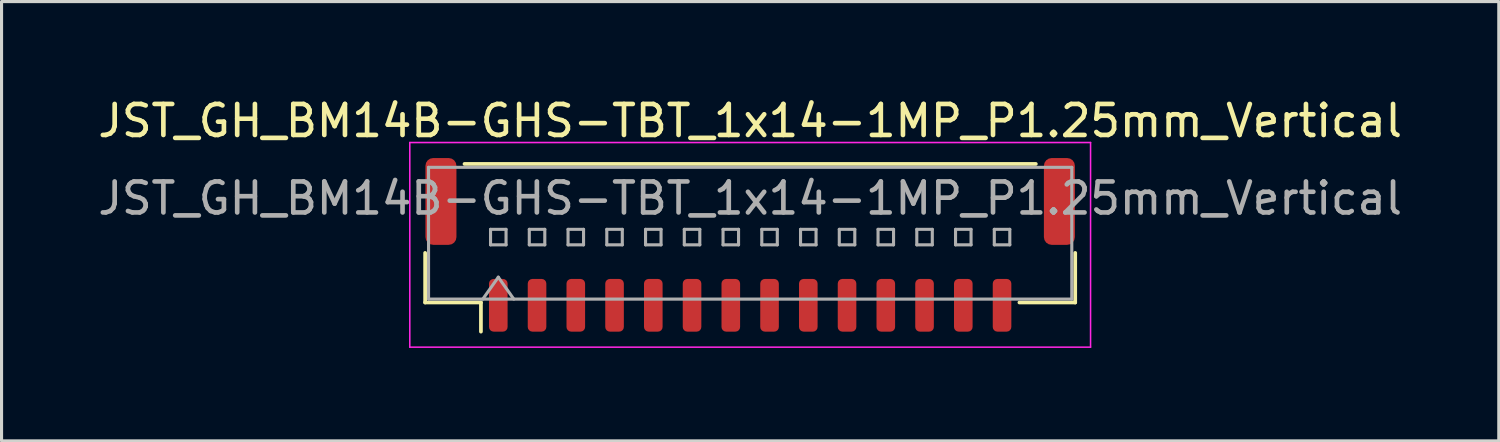
<source format=kicad_pcb>
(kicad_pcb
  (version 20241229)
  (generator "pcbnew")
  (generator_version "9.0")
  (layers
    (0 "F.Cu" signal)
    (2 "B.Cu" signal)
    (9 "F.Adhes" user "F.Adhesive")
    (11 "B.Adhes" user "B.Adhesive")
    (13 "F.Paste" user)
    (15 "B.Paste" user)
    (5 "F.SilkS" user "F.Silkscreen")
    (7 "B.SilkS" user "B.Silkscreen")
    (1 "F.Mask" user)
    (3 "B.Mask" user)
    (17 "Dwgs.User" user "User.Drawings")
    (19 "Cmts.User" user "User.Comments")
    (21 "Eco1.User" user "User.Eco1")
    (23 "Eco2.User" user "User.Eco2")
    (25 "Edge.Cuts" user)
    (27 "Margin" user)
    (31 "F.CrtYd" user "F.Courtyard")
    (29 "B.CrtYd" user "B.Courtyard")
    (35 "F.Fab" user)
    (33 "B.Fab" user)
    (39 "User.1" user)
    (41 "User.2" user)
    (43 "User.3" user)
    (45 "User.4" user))
  (footprint "JST_GH_BM14B-GHS-TBT_1x14-1MP_P1.25mm_Vertical"
    (layer "F.Cu")
    (at 21.149 4.848)
    (property "Reference" "JST_GH_BM14B-GHS-TBT_1x14-1MP_P1.25mm_Vertical" (at 0 -4 0) (layer "F.SilkS") (effects (font (size 1 1) (thickness 0.15))))
    (attr smd)
    (fp_line (start -10.485 0.26) (end -10.485 1.86) (stroke (width 0.12) (type solid)) (layer "F.SilkS"))
    (fp_line (start -10.485 1.86) (end -8.685 1.86) (stroke (width 0.12) (type solid)) (layer "F.SilkS"))
    (fp_line (start -9.215 -2.61) (end 9.215 -2.61) (stroke (width 0.12) (type solid)) (layer "F.SilkS"))
    (fp_line (start -8.685 1.86) (end -8.685 2.8) (stroke (width 0.12) (type solid)) (layer "F.SilkS"))
    (fp_line (start 10.485 0.26) (end 10.485 1.86) (stroke (width 0.12) (type solid)) (layer "F.SilkS"))
    (fp_line (start 10.485 1.86) (end 8.685 1.86) (stroke (width 0.12) (type solid)) (layer "F.SilkS"))
    (fp_line (start -10.98 -3.3) (end -10.98 3.3) (stroke (width 0.05) (type solid)) (layer "F.CrtYd"))
    (fp_line (start -10.98 3.3) (end 10.98 3.3) (stroke (width 0.05) (type solid)) (layer "F.CrtYd"))
    (fp_line (start 10.98 -3.3) (end -10.98 -3.3) (stroke (width 0.05) (type solid)) (layer "F.CrtYd"))
    (fp_line (start 10.98 3.3) (end 10.98 -3.3) (stroke (width 0.05) (type solid)) (layer "F.CrtYd"))
    (fp_line (start -10.375 -2.5) (end 10.375 -2.5) (stroke (width 0.1) (type solid)) (layer "F.Fab"))
    (fp_line (start -10.375 1.75) (end -10.375 -2.5) (stroke (width 0.1) (type solid)) (layer "F.Fab"))
    (fp_line (start -10.375 1.75) (end 10.375 1.75) (stroke (width 0.1) (type solid)) (layer "F.Fab"))
    (fp_line (start -8.625 1.75) (end -8.125 1.043) (stroke (width 0.1) (type solid)) (layer "F.Fab"))
    (fp_line (start -8.375 -0.5) (end -8.375 0) (stroke (width 0.1) (type solid)) (layer "F.Fab"))
    (fp_line (start -8.375 0) (end -7.875 0) (stroke (width 0.1) (type solid)) (layer "F.Fab"))
    (fp_line (start -8.125 1.043) (end -7.625 1.75) (stroke (width 0.1) (type solid)) (layer "F.Fab"))
    (fp_line (start -7.875 -0.5) (end -8.375 -0.5) (stroke (width 0.1) (type solid)) (layer "F.Fab"))
    (fp_line (start -7.875 0) (end -7.875 -0.5) (stroke (width 0.1) (type solid)) (layer "F.Fab"))
    (fp_line (start -7.125 -0.5) (end -7.125 0) (stroke (width 0.1) (type solid)) (layer "F.Fab"))
    (fp_line (start -7.125 0) (end -6.625 0) (stroke (width 0.1) (type solid)) (layer "F.Fab"))
    (fp_line (start -6.625 -0.5) (end -7.125 -0.5) (stroke (width 0.1) (type solid)) (layer "F.Fab"))
    (fp_line (start -6.625 0) (end -6.625 -0.5) (stroke (width 0.1) (type solid)) (layer "F.Fab"))
    (fp_line (start -5.875 -0.5) (end -5.875 0) (stroke (width 0.1) (type solid)) (layer "F.Fab"))
    (fp_line (start -5.875 0) (end -5.375 0) (stroke (width 0.1) (type solid)) (layer "F.Fab"))
    (fp_line (start -5.375 -0.5) (end -5.875 -0.5) (stroke (width 0.1) (type solid)) (layer "F.Fab"))
    (fp_line (start -5.375 0) (end -5.375 -0.5) (stroke (width 0.1) (type solid)) (layer "F.Fab"))
    (fp_line (start -4.625 -0.5) (end -4.625 0) (stroke (width 0.1) (type solid)) (layer "F.Fab"))
    (fp_line (start -4.625 0) (end -4.125 0) (stroke (width 0.1) (type solid)) (layer "F.Fab"))
    (fp_line (start -4.125 -0.5) (end -4.625 -0.5) (stroke (width 0.1) (type solid)) (layer "F.Fab"))
    (fp_line (start -4.125 0) (end -4.125 -0.5) (stroke (width 0.1) (type solid)) (layer "F.Fab"))
    (fp_line (start -3.375 -0.5) (end -3.375 0) (stroke (width 0.1) (type solid)) (layer "F.Fab"))
    (fp_line (start -3.375 0) (end -2.875 0) (stroke (width 0.1) (type solid)) (layer "F.Fab"))
    (fp_line (start -2.875 -0.5) (end -3.375 -0.5) (stroke (width 0.1) (type solid)) (layer "F.Fab"))
    (fp_line (start -2.875 0) (end -2.875 -0.5) (stroke (width 0.1) (type solid)) (layer "F.Fab"))
    (fp_line (start -2.125 -0.5) (end -2.125 0) (stroke (width 0.1) (type solid)) (layer "F.Fab"))
    (fp_line (start -2.125 0) (end -1.625 0) (stroke (width 0.1) (type solid)) (layer "F.Fab"))
    (fp_line (start -1.625 -0.5) (end -2.125 -0.5) (stroke (width 0.1) (type solid)) (layer "F.Fab"))
    (fp_line (start -1.625 0) (end -1.625 -0.5) (stroke (width 0.1) (type solid)) (layer "F.Fab"))
    (fp_line (start -0.875 -0.5) (end -0.875 0) (stroke (width 0.1) (type solid)) (layer "F.Fab"))
    (fp_line (start -0.875 0) (end -0.375 0) (stroke (width 0.1) (type solid)) (layer "F.Fab"))
    (fp_line (start -0.375 -0.5) (end -0.875 -0.5) (stroke (width 0.1) (type solid)) (layer "F.Fab"))
    (fp_line (start -0.375 0) (end -0.375 -0.5) (stroke (width 0.1) (type solid)) (layer "F.Fab"))
    (fp_line (start 0.375 -0.5) (end 0.375 0) (stroke (width 0.1) (type solid)) (layer "F.Fab"))
    (fp_line (start 0.375 0) (end 0.875 0) (stroke (width 0.1) (type solid)) (layer "F.Fab"))
    (fp_line (start 0.875 -0.5) (end 0.375 -0.5) (stroke (width 0.1) (type solid)) (layer "F.Fab"))
    (fp_line (start 0.875 0) (end 0.875 -0.5) (stroke (width 0.1) (type solid)) (layer "F.Fab"))
    (fp_line (start 1.625 -0.5) (end 1.625 0) (stroke (width 0.1) (type solid)) (layer "F.Fab"))
    (fp_line (start 1.625 0) (end 2.125 0) (stroke (width 0.1) (type solid)) (layer "F.Fab"))
    (fp_line (start 2.125 -0.5) (end 1.625 -0.5) (stroke (width 0.1) (type solid)) (layer "F.Fab"))
    (fp_line (start 2.125 0) (end 2.125 -0.5) (stroke (width 0.1) (type solid)) (layer "F.Fab"))
    (fp_line (start 2.875 -0.5) (end 2.875 0) (stroke (width 0.1) (type solid)) (layer "F.Fab"))
    (fp_line (start 2.875 0) (end 3.375 0) (stroke (width 0.1) (type solid)) (layer "F.Fab"))
    (fp_line (start 3.375 -0.5) (end 2.875 -0.5) (stroke (width 0.1) (type solid)) (layer "F.Fab"))
    (fp_line (start 3.375 0) (end 3.375 -0.5) (stroke (width 0.1) (type solid)) (layer "F.Fab"))
    (fp_line (start 4.125 -0.5) (end 4.125 0) (stroke (width 0.1) (type solid)) (layer "F.Fab"))
    (fp_line (start 4.125 0) (end 4.625 0) (stroke (width 0.1) (type solid)) (layer "F.Fab"))
    (fp_line (start 4.625 -0.5) (end 4.125 -0.5) (stroke (width 0.1) (type solid)) (layer "F.Fab"))
    (fp_line (start 4.625 0) (end 4.625 -0.5) (stroke (width 0.1) (type solid)) (layer "F.Fab"))
    (fp_line (start 5.375 -0.5) (end 5.375 0) (stroke (width 0.1) (type solid)) (layer "F.Fab"))
    (fp_line (start 5.375 0) (end 5.875 0) (stroke (width 0.1) (type solid)) (layer "F.Fab"))
    (fp_line (start 5.875 -0.5) (end 5.375 -0.5) (stroke (width 0.1) (type solid)) (layer "F.Fab"))
    (fp_line (start 5.875 0) (end 5.875 -0.5) (stroke (width 0.1) (type solid)) (layer "F.Fab"))
    (fp_line (start 6.625 -0.5) (end 6.625 0) (stroke (width 0.1) (type solid)) (layer "F.Fab"))
    (fp_line (start 6.625 0) (end 7.125 0) (stroke (width 0.1) (type solid)) (layer "F.Fab"))
    (fp_line (start 7.125 -0.5) (end 6.625 -0.5) (stroke (width 0.1) (type solid)) (layer "F.Fab"))
    (fp_line (start 7.125 0) (end 7.125 -0.5) (stroke (width 0.1) (type solid)) (layer "F.Fab"))
    (fp_line (start 7.875 -0.5) (end 7.875 0) (stroke (width 0.1) (type solid)) (layer "F.Fab"))
    (fp_line (start 7.875 0) (end 8.375 0) (stroke (width 0.1) (type solid)) (layer "F.Fab"))
    (fp_line (start 8.375 -0.5) (end 7.875 -0.5) (stroke (width 0.1) (type solid)) (layer "F.Fab"))
    (fp_line (start 8.375 0) (end 8.375 -0.5) (stroke (width 0.1) (type solid)) (layer "F.Fab"))
    (fp_line (start 10.375 1.75) (end 10.375 -2.5) (stroke (width 0.1) (type solid)) (layer "F.Fab"))
    (fp_text user "${REFERENCE}" (at 0 -1.5 0) (layer "F.Fab") (effects (font (size 1 1) (thickness 0.15))))
    (pad "1" smd roundrect (at -8.125 1.95) (size 0.6 1.7) (layers "F.Cu" "F.Mask" "F.Paste") (roundrect_rratio 0.25))
    (pad "2" smd roundrect (at -6.875 1.95) (size 0.6 1.7) (layers "F.Cu" "F.Mask" "F.Paste") (roundrect_rratio 0.25))
    (pad "3" smd roundrect (at -5.625 1.95) (size 0.6 1.7) (layers "F.Cu" "F.Mask" "F.Paste") (roundrect_rratio 0.25))
    (pad "4" smd roundrect (at -4.375 1.95) (size 0.6 1.7) (layers "F.Cu" "F.Mask" "F.Paste") (roundrect_rratio 0.25))
    (pad "5" smd roundrect (at -3.125 1.95) (size 0.6 1.7) (layers "F.Cu" "F.Mask" "F.Paste") (roundrect_rratio 0.25))
    (pad "6" smd roundrect (at -1.875 1.95) (size 0.6 1.7) (layers "F.Cu" "F.Mask" "F.Paste") (roundrect_rratio 0.25))
    (pad "7" smd roundrect (at -0.625 1.95) (size 0.6 1.7) (layers "F.Cu" "F.Mask" "F.Paste") (roundrect_rratio 0.25))
    (pad "8" smd roundrect (at 0.625 1.95) (size 0.6 1.7) (layers "F.Cu" "F.Mask" "F.Paste") (roundrect_rratio 0.25))
    (pad "9" smd roundrect (at 1.875 1.95) (size 0.6 1.7) (layers "F.Cu" "F.Mask" "F.Paste") (roundrect_rratio 0.25))
    (pad "10" smd roundrect (at 3.125 1.95) (size 0.6 1.7) (layers "F.Cu" "F.Mask" "F.Paste") (roundrect_rratio 0.25))
    (pad "11" smd roundrect (at 4.375 1.95) (size 0.6 1.7) (layers "F.Cu" "F.Mask" "F.Paste") (roundrect_rratio 0.25))
    (pad "12" smd roundrect (at 5.625 1.95) (size 0.6 1.7) (layers "F.Cu" "F.Mask" "F.Paste") (roundrect_rratio 0.25))
    (pad "13" smd roundrect (at 6.875 1.95) (size 0.6 1.7) (layers "F.Cu" "F.Mask" "F.Paste") (roundrect_rratio 0.25))
    (pad "14" smd roundrect (at 8.125 1.95) (size 0.6 1.7) (layers "F.Cu" "F.Mask" "F.Paste") (roundrect_rratio 0.25))
    (pad "MP" smd roundrect (at -9.975 -1.4) (size 1 2.8) (layers "F.Cu" "F.Mask" "F.Paste") (roundrect_rratio 0.25))
    (pad "MP" smd roundrect (at 9.975 -1.4) (size 1 2.8) (layers "F.Cu" "F.Mask" "F.Paste") (roundrect_rratio 0.25)))
  (gr_rect
    (start -3 -3)
    (end 45.298 11.173)
    (stroke (width 0.1) (type default))
    (fill no)
    (layer "Edge.Cuts")))
</source>
